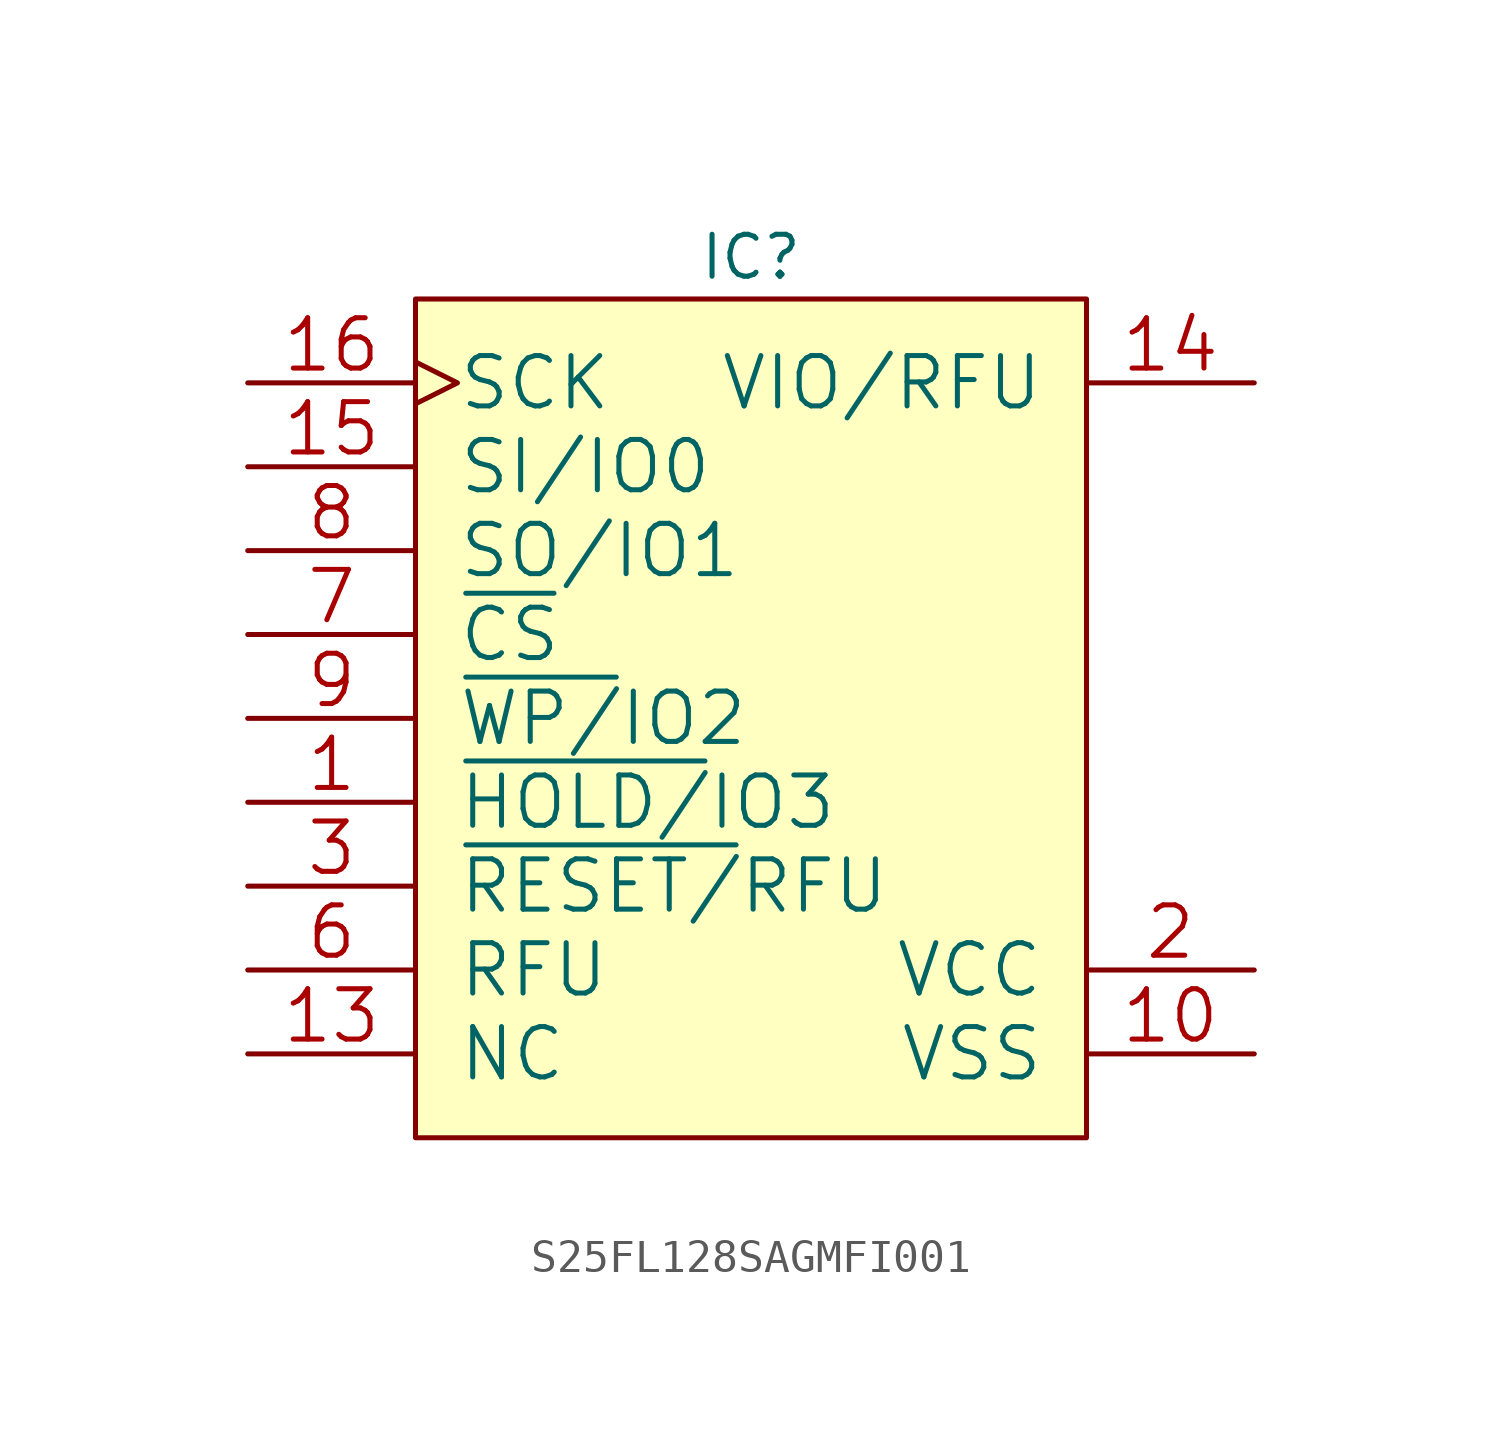
<source format=kicad_sym>
(kicad_symbol_lib
  (version 20241209)
  (generator "kicad_symbol_editor")
  (generator_version "9.0")
  (symbol "S25FL128SAGMFI001"
    (pin_names
      (offset 1.27))
    (property "Reference" "IC"
      (at 10.16 1.27 0)
      (effects (font (size 1.27 1.27))))
    (property "ki_locked" ""
      (at 0 0 0)
      (effects (font (size 1.27 1.27))))
    (symbol "S25FL128SAGMFI001_0_1"
      (rectangle (start 0 -25.4) (end 20.32 0) (stroke (width 0) (type solid)) (fill (type background)))
      (pin input clock (at -5.08 -2.54 0) (length 5.08) (name "SCK" (effects (font (size 1.524 1.524)))) (number "16" (effects (font (size 1.524 1.524)))))
      (pin bidirectional line (at -5.08 -5.08 0) (length 5.08) (name "SI/IO0" (effects (font (size 1.524 1.524)))) (number "15" (effects (font (size 1.524 1.524)))))
      (pin bidirectional line (at -5.08 -7.62 0) (length 5.08) (name "SO/IO1" (effects (font (size 1.524 1.524)))) (number "8" (effects (font (size 1.524 1.524)))))
      (pin input line (at -5.08 -10.16 0) (length 5.08) (name "~{CS}" (effects (font (size 1.524 1.524)))) (number "7" (effects (font (size 1.524 1.524)))))
      (pin bidirectional line (at -5.08 -12.7 0) (length 5.08) (name "~{WP/}IO2" (effects (font (size 1.524 1.524)))) (number "9" (effects (font (size 1.524 1.524)))))
      (pin bidirectional line (at -5.08 -15.24 0) (length 5.08) (name "~{HOLD/}IO3" (effects (font (size 1.524 1.524)))) (number "1" (effects (font (size 1.524 1.524)))))
      (pin input line (at -5.08 -17.78 0) (length 5.08) (name "~{RESET/}RFU" (effects (font (size 1.524 1.524)))) (number "3" (effects (font (size 1.524 1.524)))))
      (pin passive line (at -5.08 -20.32 0) (length 5.08) (name "RFU" (effects (font (size 1.524 1.524)))) (number "6" (effects (font (size 1.524 1.524)))))
      (pin passive line (at -5.08 -22.86 0) (length 5.08) (name "NC" (effects (font (size 1.524 1.524)))) (number "13" (effects (font (size 1.524 1.524)))))
      (pin power_in line (at 25.4 -2.54 180) (length 5.08) (name "VIO/RFU" (effects (font (size 1.524 1.524)))) (number "14" (effects (font (size 1.524 1.524)))))
      (pin power_in line (at 25.4 -20.32 180) (length 5.08) (name "VCC" (effects (font (size 1.524 1.524)))) (number "2" (effects (font (size 1.524 1.524)))))
      (pin power_in line (at 25.4 -22.86 180) (length 5.08) (name "VSS" (effects (font (size 1.524 1.524)))) (number "10" (effects (font (size 1.524 1.524))))))))
</source>
